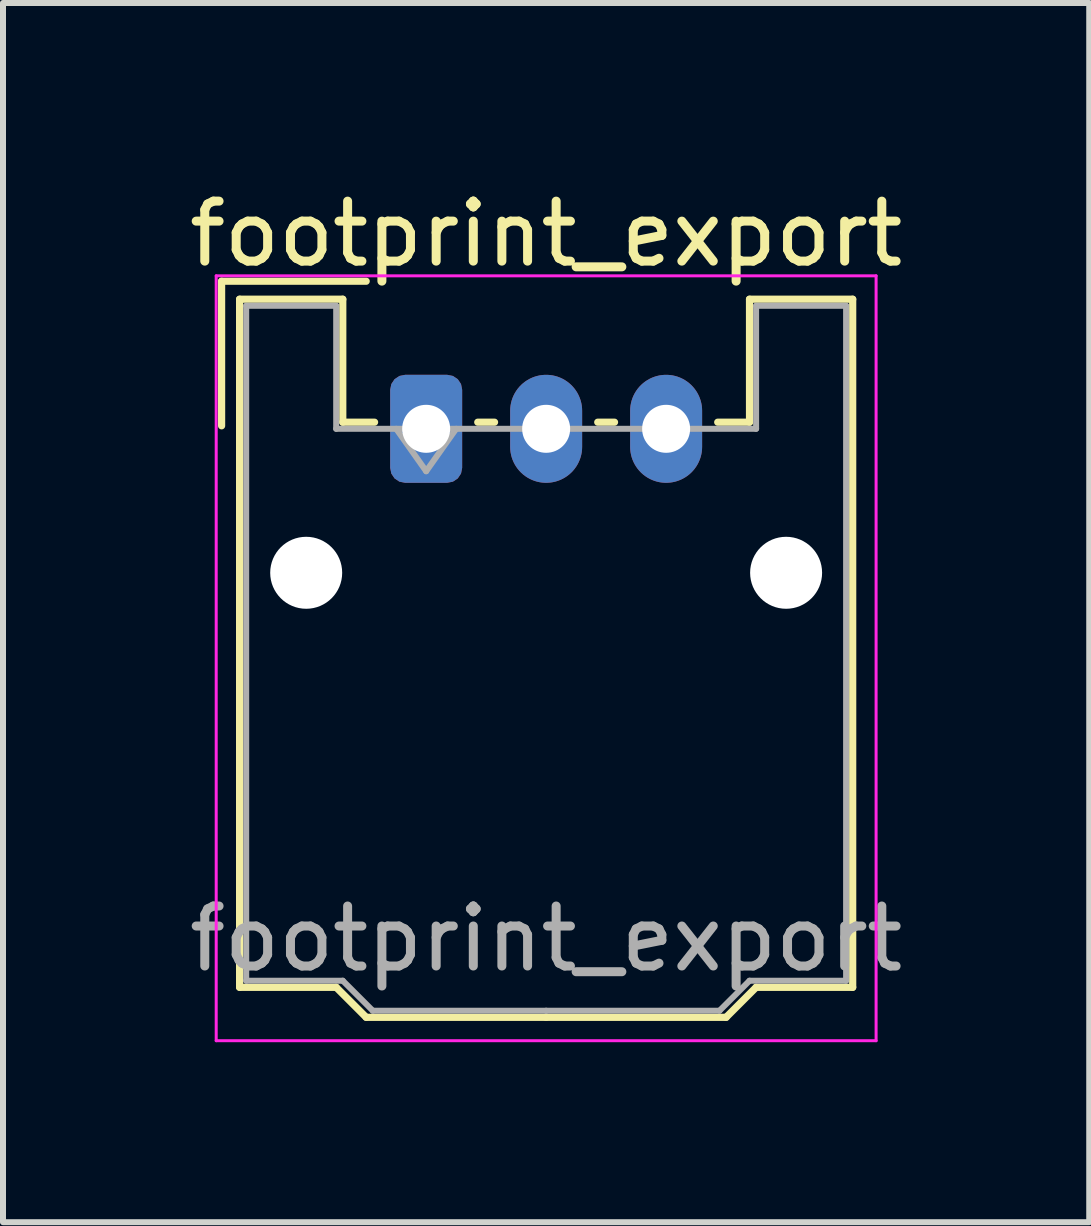
<source format=kicad_pcb>
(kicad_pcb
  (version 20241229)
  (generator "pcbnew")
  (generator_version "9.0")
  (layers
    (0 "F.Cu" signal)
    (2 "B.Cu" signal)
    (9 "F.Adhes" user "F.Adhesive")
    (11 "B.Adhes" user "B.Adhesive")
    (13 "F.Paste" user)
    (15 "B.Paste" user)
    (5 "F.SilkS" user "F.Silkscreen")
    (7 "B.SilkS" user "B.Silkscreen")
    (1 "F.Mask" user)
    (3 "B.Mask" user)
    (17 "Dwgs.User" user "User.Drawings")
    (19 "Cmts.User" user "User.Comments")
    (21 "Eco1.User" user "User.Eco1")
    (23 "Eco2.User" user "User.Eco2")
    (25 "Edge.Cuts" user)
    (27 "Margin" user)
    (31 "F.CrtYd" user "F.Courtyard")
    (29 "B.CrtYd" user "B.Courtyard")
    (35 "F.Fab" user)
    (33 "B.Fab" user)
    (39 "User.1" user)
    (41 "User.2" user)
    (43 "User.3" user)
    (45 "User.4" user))
  (footprint "footprint_export"
    (layer "F.Cu")
    (at 4.054 4.098)
    (property "Reference" "footprint_export" (at 2 -3.25 0) (layer "F.SilkS") (effects (font (size 1 1) (thickness 0.15))))
    (attr through_hole)
    (fp_line (start -3.41 -2.46) (end -1 -2.46) (stroke (width 0.12) (type solid)) (layer "F.SilkS"))
    (fp_line (start -3.41 -0.05) (end -3.41 -2.46) (stroke (width 0.12) (type solid)) (layer "F.SilkS"))
    (fp_line (start -3.11 -2.16) (end -1.39 -2.16) (stroke (width 0.12) (type solid)) (layer "F.SilkS"))
    (fp_line (start -3.11 9.31) (end -3.11 -2.16) (stroke (width 0.12) (type solid)) (layer "F.SilkS"))
    (fp_line (start -1.5 9.31) (end -3.11 9.31) (stroke (width 0.12) (type solid)) (layer "F.SilkS"))
    (fp_line (start -1.39 -2.16) (end -1.39 -0.11) (stroke (width 0.12) (type solid)) (layer "F.SilkS"))
    (fp_line (start -1.39 -0.11) (end -0.86 -0.11) (stroke (width 0.12) (type solid)) (layer "F.SilkS"))
    (fp_line (start -1 9.81) (end -1.5 9.31) (stroke (width 0.12) (type solid)) (layer "F.SilkS"))
    (fp_line (start 0.86 -0.11) (end 1.14 -0.11) (stroke (width 0.12) (type solid)) (layer "F.SilkS"))
    (fp_line (start 2 9.81) (end -1 9.81) (stroke (width 0.12) (type solid)) (layer "F.SilkS"))
    (fp_line (start 2 9.81) (end 5 9.81) (stroke (width 0.12) (type solid)) (layer "F.SilkS"))
    (fp_line (start 2.86 -0.11) (end 3.14 -0.11) (stroke (width 0.12) (type solid)) (layer "F.SilkS"))
    (fp_line (start 5 9.81) (end 5.5 9.31) (stroke (width 0.12) (type solid)) (layer "F.SilkS"))
    (fp_line (start 5.39 -2.16) (end 5.39 -0.11) (stroke (width 0.12) (type solid)) (layer "F.SilkS"))
    (fp_line (start 5.39 -0.11) (end 4.86 -0.11) (stroke (width 0.12) (type solid)) (layer "F.SilkS"))
    (fp_line (start 5.5 9.31) (end 7.11 9.31) (stroke (width 0.12) (type solid)) (layer "F.SilkS"))
    (fp_line (start 7.11 -2.16) (end 5.39 -2.16) (stroke (width 0.12) (type solid)) (layer "F.SilkS"))
    (fp_line (start 7.11 9.31) (end 7.11 -2.16) (stroke (width 0.12) (type solid)) (layer "F.SilkS"))
    (fp_line (start -3.5 -2.55) (end -3.5 10.2) (stroke (width 0.05) (type solid)) (layer "F.CrtYd"))
    (fp_line (start -3.5 10.2) (end 7.5 10.2) (stroke (width 0.05) (type solid)) (layer "F.CrtYd"))
    (fp_line (start 7.5 -2.55) (end -3.5 -2.55) (stroke (width 0.05) (type solid)) (layer "F.CrtYd"))
    (fp_line (start 7.5 10.2) (end 7.5 -2.55) (stroke (width 0.05) (type solid)) (layer "F.CrtYd"))
    (fp_line (start -3 -2.05) (end -1.5 -2.05) (stroke (width 0.1) (type solid)) (layer "F.Fab"))
    (fp_line (start -3 9.2) (end -3 -2.05) (stroke (width 0.1) (type solid)) (layer "F.Fab"))
    (fp_line (start -1.5 -2.05) (end -1.5 0) (stroke (width 0.1) (type solid)) (layer "F.Fab"))
    (fp_line (start -1.5 0) (end 2 0) (stroke (width 0.1) (type solid)) (layer "F.Fab"))
    (fp_line (start -1.39 9.2) (end -3 9.2) (stroke (width 0.1) (type solid)) (layer "F.Fab"))
    (fp_line (start -0.89 9.7) (end -1.39 9.2) (stroke (width 0.1) (type solid)) (layer "F.Fab"))
    (fp_line (start -0.5 0) (end 0 0.707) (stroke (width 0.1) (type solid)) (layer "F.Fab"))
    (fp_line (start 0 0.707) (end 0.5 0) (stroke (width 0.1) (type solid)) (layer "F.Fab"))
    (fp_line (start 2 9.7) (end -0.89 9.7) (stroke (width 0.1) (type solid)) (layer "F.Fab"))
    (fp_line (start 2 9.7) (end 4.89 9.7) (stroke (width 0.1) (type solid)) (layer "F.Fab"))
    (fp_line (start 4.89 9.7) (end 5.39 9.2) (stroke (width 0.1) (type solid)) (layer "F.Fab"))
    (fp_line (start 5.39 9.2) (end 7 9.2) (stroke (width 0.1) (type solid)) (layer "F.Fab"))
    (fp_line (start 5.5 -2.05) (end 5.5 0) (stroke (width 0.1) (type solid)) (layer "F.Fab"))
    (fp_line (start 5.5 0) (end 2 0) (stroke (width 0.1) (type solid)) (layer "F.Fab"))
    (fp_line (start 7 -2.05) (end 5.5 -2.05) (stroke (width 0.1) (type solid)) (layer "F.Fab"))
    (fp_line (start 7 9.2) (end 7 -2.05) (stroke (width 0.1) (type solid)) (layer "F.Fab"))
    (fp_text user "${REFERENCE}" (at 2 8.5 0) (layer "F.Fab") (effects (font (size 1 1) (thickness 0.15))))
    (pad "" np_thru_hole circle (at -2 2.4) (size 1.2 1.2) (drill 1.2) (layers "*.Cu" "*.Mask"))
    (pad "" np_thru_hole circle (at 6 2.4) (size 1.2 1.2) (drill 1.2) (layers "*.Cu" "*.Mask"))
    (pad "1" thru_hole roundrect (at 0 0) (size 1.2 1.8) (drill 0.8) (layers "*.Cu" "*.Mask") (roundrect_rratio 0.208))
    (pad "2" thru_hole oval (at 2 0) (size 1.2 1.8) (drill 0.8) (layers "*.Cu" "*.Mask"))
    (pad "3" thru_hole oval (at 4 0) (size 1.2 1.8) (drill 0.8) (layers "*.Cu" "*.Mask")))
  (gr_rect
    (start -3 -3)
    (end 15.107 17.323)
    (stroke (width 0.1) (type default))
    (fill no)
    (layer "Edge.Cuts")))
</source>
